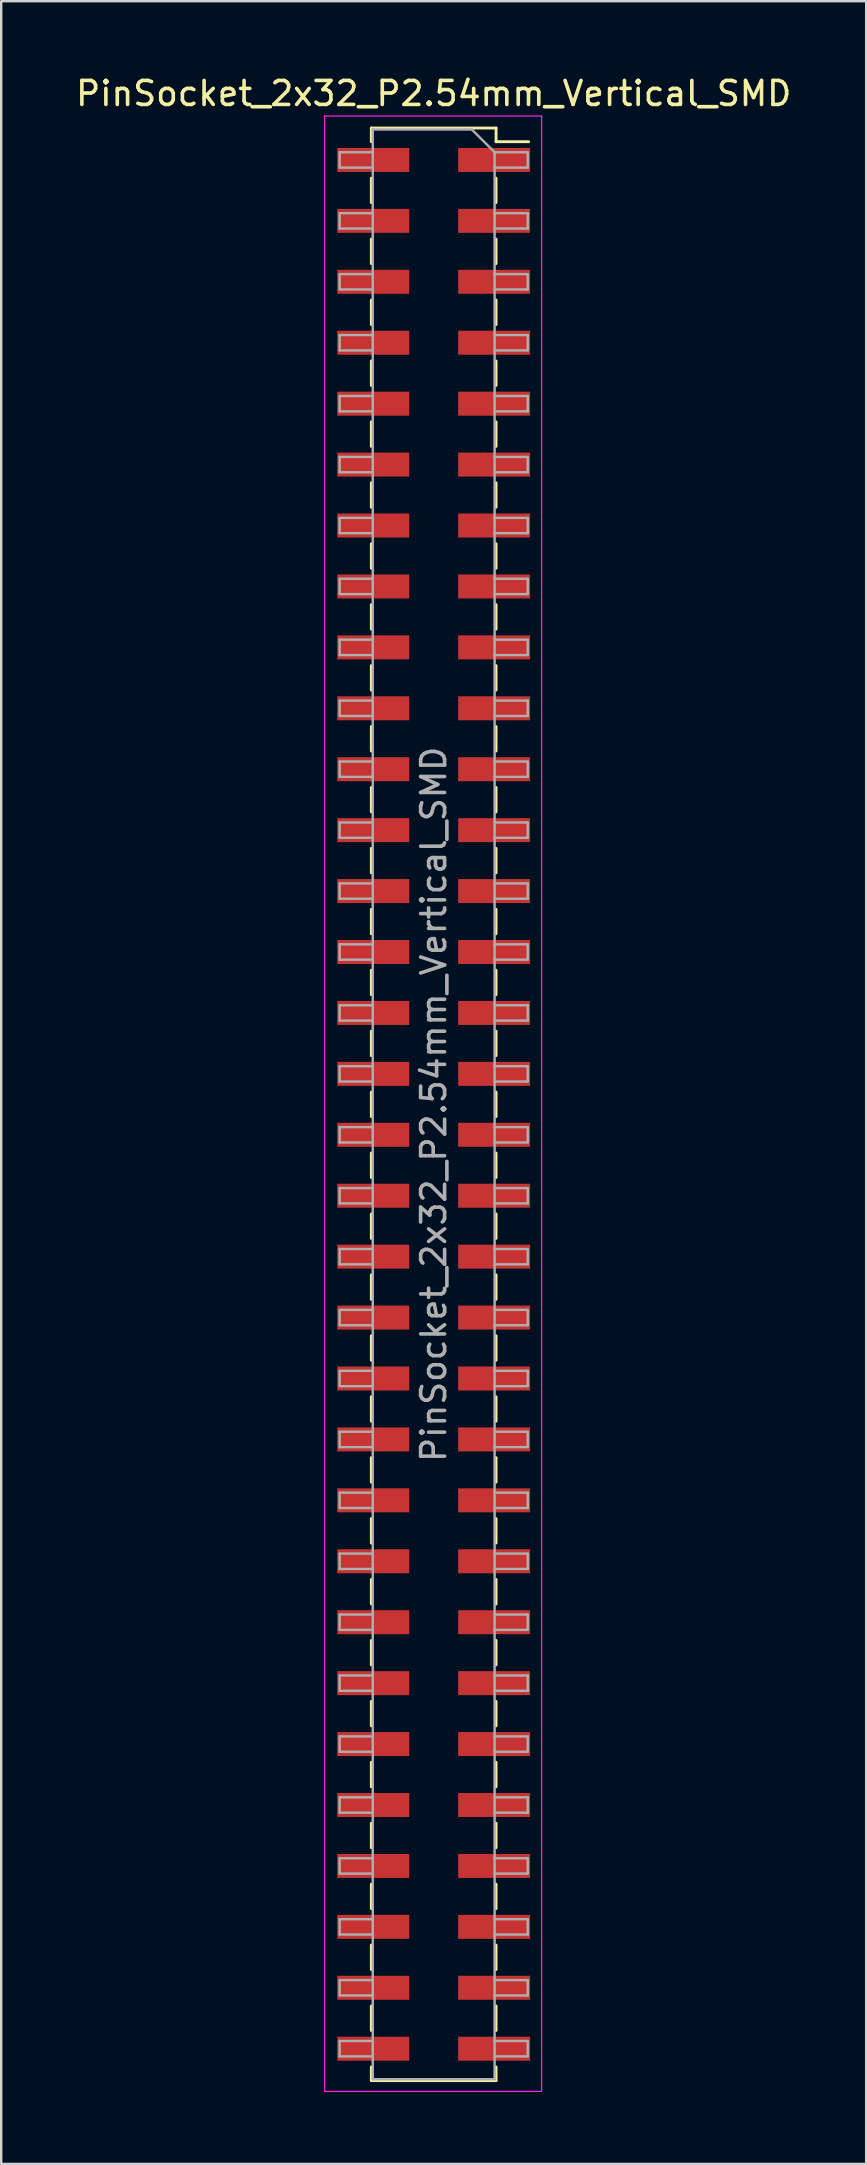
<source format=kicad_pcb>
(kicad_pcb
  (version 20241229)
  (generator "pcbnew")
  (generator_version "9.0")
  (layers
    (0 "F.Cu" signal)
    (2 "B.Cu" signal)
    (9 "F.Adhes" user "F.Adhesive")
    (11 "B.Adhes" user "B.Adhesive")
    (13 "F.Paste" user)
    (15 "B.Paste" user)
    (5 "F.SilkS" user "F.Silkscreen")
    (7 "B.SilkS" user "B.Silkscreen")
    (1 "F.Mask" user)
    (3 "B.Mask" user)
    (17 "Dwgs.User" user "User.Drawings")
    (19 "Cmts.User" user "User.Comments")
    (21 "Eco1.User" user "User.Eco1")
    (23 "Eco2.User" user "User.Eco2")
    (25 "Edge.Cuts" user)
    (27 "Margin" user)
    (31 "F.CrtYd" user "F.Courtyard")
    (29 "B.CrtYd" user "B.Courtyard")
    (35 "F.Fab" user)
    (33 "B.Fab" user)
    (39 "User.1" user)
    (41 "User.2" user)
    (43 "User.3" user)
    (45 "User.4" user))
  (footprint "PinSocket_2x32_P2.54mm_Vertical_SMD"
    (layer "F.Cu")
    (at 15.03 42.988)
    (property "Reference" "PinSocket_2x32_P2.54mm_Vertical_SMD" (at 0 -42.14 0) (layer "F.SilkS") (effects (font (size 1 1) (thickness 0.15))))
    (attr smd)
    (fp_line (start -2.6 -40.7) (end -2.6 -40.13) (stroke (width 0.12) (type solid)) (layer "F.SilkS"))
    (fp_line (start -2.6 -40.7) (end 2.6 -40.7) (stroke (width 0.12) (type solid)) (layer "F.SilkS"))
    (fp_line (start -2.6 -38.61) (end -2.6 -37.59) (stroke (width 0.12) (type solid)) (layer "F.SilkS"))
    (fp_line (start -2.6 -36.07) (end -2.6 -35.05) (stroke (width 0.12) (type solid)) (layer "F.SilkS"))
    (fp_line (start -2.6 -33.53) (end -2.6 -32.51) (stroke (width 0.12) (type solid)) (layer "F.SilkS"))
    (fp_line (start -2.6 -30.99) (end -2.6 -29.97) (stroke (width 0.12) (type solid)) (layer "F.SilkS"))
    (fp_line (start -2.6 -28.45) (end -2.6 -27.43) (stroke (width 0.12) (type solid)) (layer "F.SilkS"))
    (fp_line (start -2.6 -25.91) (end -2.6 -24.89) (stroke (width 0.12) (type solid)) (layer "F.SilkS"))
    (fp_line (start -2.6 -23.37) (end -2.6 -22.35) (stroke (width 0.12) (type solid)) (layer "F.SilkS"))
    (fp_line (start -2.6 -20.83) (end -2.6 -19.81) (stroke (width 0.12) (type solid)) (layer "F.SilkS"))
    (fp_line (start -2.6 -18.29) (end -2.6 -17.27) (stroke (width 0.12) (type solid)) (layer "F.SilkS"))
    (fp_line (start -2.6 -15.75) (end -2.6 -14.73) (stroke (width 0.12) (type solid)) (layer "F.SilkS"))
    (fp_line (start -2.6 -13.21) (end -2.6 -12.19) (stroke (width 0.12) (type solid)) (layer "F.SilkS"))
    (fp_line (start -2.6 -10.67) (end -2.6 -9.65) (stroke (width 0.12) (type solid)) (layer "F.SilkS"))
    (fp_line (start -2.6 -8.13) (end -2.6 -7.11) (stroke (width 0.12) (type solid)) (layer "F.SilkS"))
    (fp_line (start -2.6 -5.59) (end -2.6 -4.57) (stroke (width 0.12) (type solid)) (layer "F.SilkS"))
    (fp_line (start -2.6 -3.05) (end -2.6 -2.03) (stroke (width 0.12) (type solid)) (layer "F.SilkS"))
    (fp_line (start -2.6 -0.51) (end -2.6 0.51) (stroke (width 0.12) (type solid)) (layer "F.SilkS"))
    (fp_line (start -2.6 2.03) (end -2.6 3.05) (stroke (width 0.12) (type solid)) (layer "F.SilkS"))
    (fp_line (start -2.6 4.57) (end -2.6 5.59) (stroke (width 0.12) (type solid)) (layer "F.SilkS"))
    (fp_line (start -2.6 7.11) (end -2.6 8.13) (stroke (width 0.12) (type solid)) (layer "F.SilkS"))
    (fp_line (start -2.6 9.65) (end -2.6 10.67) (stroke (width 0.12) (type solid)) (layer "F.SilkS"))
    (fp_line (start -2.6 12.19) (end -2.6 13.21) (stroke (width 0.12) (type solid)) (layer "F.SilkS"))
    (fp_line (start -2.6 14.73) (end -2.6 15.75) (stroke (width 0.12) (type solid)) (layer "F.SilkS"))
    (fp_line (start -2.6 17.27) (end -2.6 18.29) (stroke (width 0.12) (type solid)) (layer "F.SilkS"))
    (fp_line (start -2.6 19.81) (end -2.6 20.83) (stroke (width 0.12) (type solid)) (layer "F.SilkS"))
    (fp_line (start -2.6 22.35) (end -2.6 23.37) (stroke (width 0.12) (type solid)) (layer "F.SilkS"))
    (fp_line (start -2.6 24.89) (end -2.6 25.91) (stroke (width 0.12) (type solid)) (layer "F.SilkS"))
    (fp_line (start -2.6 27.43) (end -2.6 28.45) (stroke (width 0.12) (type solid)) (layer "F.SilkS"))
    (fp_line (start -2.6 29.97) (end -2.6 30.99) (stroke (width 0.12) (type solid)) (layer "F.SilkS"))
    (fp_line (start -2.6 32.51) (end -2.6 33.53) (stroke (width 0.12) (type solid)) (layer "F.SilkS"))
    (fp_line (start -2.6 35.05) (end -2.6 36.07) (stroke (width 0.12) (type solid)) (layer "F.SilkS"))
    (fp_line (start -2.6 37.59) (end -2.6 38.61) (stroke (width 0.12) (type solid)) (layer "F.SilkS"))
    (fp_line (start -2.6 40.13) (end -2.6 40.7) (stroke (width 0.12) (type solid)) (layer "F.SilkS"))
    (fp_line (start -2.6 40.7) (end 2.6 40.7) (stroke (width 0.12) (type solid)) (layer "F.SilkS"))
    (fp_line (start 2.6 -40.7) (end 2.6 -40.13) (stroke (width 0.12) (type solid)) (layer "F.SilkS"))
    (fp_line (start 2.6 -40.13) (end 3.96 -40.13) (stroke (width 0.12) (type solid)) (layer "F.SilkS"))
    (fp_line (start 2.6 -38.61) (end 2.6 -37.59) (stroke (width 0.12) (type solid)) (layer "F.SilkS"))
    (fp_line (start 2.6 -36.07) (end 2.6 -35.05) (stroke (width 0.12) (type solid)) (layer "F.SilkS"))
    (fp_line (start 2.6 -33.53) (end 2.6 -32.51) (stroke (width 0.12) (type solid)) (layer "F.SilkS"))
    (fp_line (start 2.6 -30.99) (end 2.6 -29.97) (stroke (width 0.12) (type solid)) (layer "F.SilkS"))
    (fp_line (start 2.6 -28.45) (end 2.6 -27.43) (stroke (width 0.12) (type solid)) (layer "F.SilkS"))
    (fp_line (start 2.6 -25.91) (end 2.6 -24.89) (stroke (width 0.12) (type solid)) (layer "F.SilkS"))
    (fp_line (start 2.6 -23.37) (end 2.6 -22.35) (stroke (width 0.12) (type solid)) (layer "F.SilkS"))
    (fp_line (start 2.6 -20.83) (end 2.6 -19.81) (stroke (width 0.12) (type solid)) (layer "F.SilkS"))
    (fp_line (start 2.6 -18.29) (end 2.6 -17.27) (stroke (width 0.12) (type solid)) (layer "F.SilkS"))
    (fp_line (start 2.6 -15.75) (end 2.6 -14.73) (stroke (width 0.12) (type solid)) (layer "F.SilkS"))
    (fp_line (start 2.6 -13.21) (end 2.6 -12.19) (stroke (width 0.12) (type solid)) (layer "F.SilkS"))
    (fp_line (start 2.6 -10.67) (end 2.6 -9.65) (stroke (width 0.12) (type solid)) (layer "F.SilkS"))
    (fp_line (start 2.6 -8.13) (end 2.6 -7.11) (stroke (width 0.12) (type solid)) (layer "F.SilkS"))
    (fp_line (start 2.6 -5.59) (end 2.6 -4.57) (stroke (width 0.12) (type solid)) (layer "F.SilkS"))
    (fp_line (start 2.6 -3.05) (end 2.6 -2.03) (stroke (width 0.12) (type solid)) (layer "F.SilkS"))
    (fp_line (start 2.6 -0.51) (end 2.6 0.51) (stroke (width 0.12) (type solid)) (layer "F.SilkS"))
    (fp_line (start 2.6 2.03) (end 2.6 3.05) (stroke (width 0.12) (type solid)) (layer "F.SilkS"))
    (fp_line (start 2.6 4.57) (end 2.6 5.59) (stroke (width 0.12) (type solid)) (layer "F.SilkS"))
    (fp_line (start 2.6 7.11) (end 2.6 8.13) (stroke (width 0.12) (type solid)) (layer "F.SilkS"))
    (fp_line (start 2.6 9.65) (end 2.6 10.67) (stroke (width 0.12) (type solid)) (layer "F.SilkS"))
    (fp_line (start 2.6 12.19) (end 2.6 13.21) (stroke (width 0.12) (type solid)) (layer "F.SilkS"))
    (fp_line (start 2.6 14.73) (end 2.6 15.75) (stroke (width 0.12) (type solid)) (layer "F.SilkS"))
    (fp_line (start 2.6 17.27) (end 2.6 18.29) (stroke (width 0.12) (type solid)) (layer "F.SilkS"))
    (fp_line (start 2.6 19.81) (end 2.6 20.83) (stroke (width 0.12) (type solid)) (layer "F.SilkS"))
    (fp_line (start 2.6 22.35) (end 2.6 23.37) (stroke (width 0.12) (type solid)) (layer "F.SilkS"))
    (fp_line (start 2.6 24.89) (end 2.6 25.91) (stroke (width 0.12) (type solid)) (layer "F.SilkS"))
    (fp_line (start 2.6 27.43) (end 2.6 28.45) (stroke (width 0.12) (type solid)) (layer "F.SilkS"))
    (fp_line (start 2.6 29.97) (end 2.6 30.99) (stroke (width 0.12) (type solid)) (layer "F.SilkS"))
    (fp_line (start 2.6 32.51) (end 2.6 33.53) (stroke (width 0.12) (type solid)) (layer "F.SilkS"))
    (fp_line (start 2.6 35.05) (end 2.6 36.07) (stroke (width 0.12) (type solid)) (layer "F.SilkS"))
    (fp_line (start 2.6 37.59) (end 2.6 38.61) (stroke (width 0.12) (type solid)) (layer "F.SilkS"))
    (fp_line (start 2.6 40.13) (end 2.6 40.7) (stroke (width 0.12) (type solid)) (layer "F.SilkS"))
    (fp_line (start -4.55 -41.2) (end 4.5 -41.2) (stroke (width 0.05) (type solid)) (layer "F.CrtYd"))
    (fp_line (start -4.55 41.15) (end -4.55 -41.2) (stroke (width 0.05) (type solid)) (layer "F.CrtYd"))
    (fp_line (start 4.5 -41.2) (end 4.5 41.15) (stroke (width 0.05) (type solid)) (layer "F.CrtYd"))
    (fp_line (start 4.5 41.15) (end -4.55 41.15) (stroke (width 0.05) (type solid)) (layer "F.CrtYd"))
    (fp_line (start -3.92 -39.69) (end -2.54 -39.69) (stroke (width 0.1) (type solid)) (layer "F.Fab"))
    (fp_line (start -3.92 -39.05) (end -3.92 -39.69) (stroke (width 0.1) (type solid)) (layer "F.Fab"))
    (fp_line (start -3.92 -37.15) (end -2.54 -37.15) (stroke (width 0.1) (type solid)) (layer "F.Fab"))
    (fp_line (start -3.92 -36.51) (end -3.92 -37.15) (stroke (width 0.1) (type solid)) (layer "F.Fab"))
    (fp_line (start -3.92 -34.61) (end -2.54 -34.61) (stroke (width 0.1) (type solid)) (layer "F.Fab"))
    (fp_line (start -3.92 -33.97) (end -3.92 -34.61) (stroke (width 0.1) (type solid)) (layer "F.Fab"))
    (fp_line (start -3.92 -32.07) (end -2.54 -32.07) (stroke (width 0.1) (type solid)) (layer "F.Fab"))
    (fp_line (start -3.92 -31.43) (end -3.92 -32.07) (stroke (width 0.1) (type solid)) (layer "F.Fab"))
    (fp_line (start -3.92 -29.53) (end -2.54 -29.53) (stroke (width 0.1) (type solid)) (layer "F.Fab"))
    (fp_line (start -3.92 -28.89) (end -3.92 -29.53) (stroke (width 0.1) (type solid)) (layer "F.Fab"))
    (fp_line (start -3.92 -26.99) (end -2.54 -26.99) (stroke (width 0.1) (type solid)) (layer "F.Fab"))
    (fp_line (start -3.92 -26.35) (end -3.92 -26.99) (stroke (width 0.1) (type solid)) (layer "F.Fab"))
    (fp_line (start -3.92 -24.45) (end -2.54 -24.45) (stroke (width 0.1) (type solid)) (layer "F.Fab"))
    (fp_line (start -3.92 -23.81) (end -3.92 -24.45) (stroke (width 0.1) (type solid)) (layer "F.Fab"))
    (fp_line (start -3.92 -21.91) (end -2.54 -21.91) (stroke (width 0.1) (type solid)) (layer "F.Fab"))
    (fp_line (start -3.92 -21.27) (end -3.92 -21.91) (stroke (width 0.1) (type solid)) (layer "F.Fab"))
    (fp_line (start -3.92 -19.37) (end -2.54 -19.37) (stroke (width 0.1) (type solid)) (layer "F.Fab"))
    (fp_line (start -3.92 -18.73) (end -3.92 -19.37) (stroke (width 0.1) (type solid)) (layer "F.Fab"))
    (fp_line (start -3.92 -16.83) (end -2.54 -16.83) (stroke (width 0.1) (type solid)) (layer "F.Fab"))
    (fp_line (start -3.92 -16.19) (end -3.92 -16.83) (stroke (width 0.1) (type solid)) (layer "F.Fab"))
    (fp_line (start -3.92 -14.29) (end -2.54 -14.29) (stroke (width 0.1) (type solid)) (layer "F.Fab"))
    (fp_line (start -3.92 -13.65) (end -3.92 -14.29) (stroke (width 0.1) (type solid)) (layer "F.Fab"))
    (fp_line (start -3.92 -11.75) (end -2.54 -11.75) (stroke (width 0.1) (type solid)) (layer "F.Fab"))
    (fp_line (start -3.92 -11.11) (end -3.92 -11.75) (stroke (width 0.1) (type solid)) (layer "F.Fab"))
    (fp_line (start -3.92 -9.21) (end -2.54 -9.21) (stroke (width 0.1) (type solid)) (layer "F.Fab"))
    (fp_line (start -3.92 -8.57) (end -3.92 -9.21) (stroke (width 0.1) (type solid)) (layer "F.Fab"))
    (fp_line (start -3.92 -6.67) (end -2.54 -6.67) (stroke (width 0.1) (type solid)) (layer "F.Fab"))
    (fp_line (start -3.92 -6.03) (end -3.92 -6.67) (stroke (width 0.1) (type solid)) (layer "F.Fab"))
    (fp_line (start -3.92 -4.13) (end -2.54 -4.13) (stroke (width 0.1) (type solid)) (layer "F.Fab"))
    (fp_line (start -3.92 -3.49) (end -3.92 -4.13) (stroke (width 0.1) (type solid)) (layer "F.Fab"))
    (fp_line (start -3.92 -1.59) (end -2.54 -1.59) (stroke (width 0.1) (type solid)) (layer "F.Fab"))
    (fp_line (start -3.92 -0.95) (end -3.92 -1.59) (stroke (width 0.1) (type solid)) (layer "F.Fab"))
    (fp_line (start -3.92 0.95) (end -2.54 0.95) (stroke (width 0.1) (type solid)) (layer "F.Fab"))
    (fp_line (start -3.92 1.59) (end -3.92 0.95) (stroke (width 0.1) (type solid)) (layer "F.Fab"))
    (fp_line (start -3.92 3.49) (end -2.54 3.49) (stroke (width 0.1) (type solid)) (layer "F.Fab"))
    (fp_line (start -3.92 4.13) (end -3.92 3.49) (stroke (width 0.1) (type solid)) (layer "F.Fab"))
    (fp_line (start -3.92 6.03) (end -2.54 6.03) (stroke (width 0.1) (type solid)) (layer "F.Fab"))
    (fp_line (start -3.92 6.67) (end -3.92 6.03) (stroke (width 0.1) (type solid)) (layer "F.Fab"))
    (fp_line (start -3.92 8.57) (end -2.54 8.57) (stroke (width 0.1) (type solid)) (layer "F.Fab"))
    (fp_line (start -3.92 9.21) (end -3.92 8.57) (stroke (width 0.1) (type solid)) (layer "F.Fab"))
    (fp_line (start -3.92 11.11) (end -2.54 11.11) (stroke (width 0.1) (type solid)) (layer "F.Fab"))
    (fp_line (start -3.92 11.75) (end -3.92 11.11) (stroke (width 0.1) (type solid)) (layer "F.Fab"))
    (fp_line (start -3.92 13.65) (end -2.54 13.65) (stroke (width 0.1) (type solid)) (layer "F.Fab"))
    (fp_line (start -3.92 14.29) (end -3.92 13.65) (stroke (width 0.1) (type solid)) (layer "F.Fab"))
    (fp_line (start -3.92 16.19) (end -2.54 16.19) (stroke (width 0.1) (type solid)) (layer "F.Fab"))
    (fp_line (start -3.92 16.83) (end -3.92 16.19) (stroke (width 0.1) (type solid)) (layer "F.Fab"))
    (fp_line (start -3.92 18.73) (end -2.54 18.73) (stroke (width 0.1) (type solid)) (layer "F.Fab"))
    (fp_line (start -3.92 19.37) (end -3.92 18.73) (stroke (width 0.1) (type solid)) (layer "F.Fab"))
    (fp_line (start -3.92 21.27) (end -2.54 21.27) (stroke (width 0.1) (type solid)) (layer "F.Fab"))
    (fp_line (start -3.92 21.91) (end -3.92 21.27) (stroke (width 0.1) (type solid)) (layer "F.Fab"))
    (fp_line (start -3.92 23.81) (end -2.54 23.81) (stroke (width 0.1) (type solid)) (layer "F.Fab"))
    (fp_line (start -3.92 24.45) (end -3.92 23.81) (stroke (width 0.1) (type solid)) (layer "F.Fab"))
    (fp_line (start -3.92 26.35) (end -2.54 26.35) (stroke (width 0.1) (type solid)) (layer "F.Fab"))
    (fp_line (start -3.92 26.99) (end -3.92 26.35) (stroke (width 0.1) (type solid)) (layer "F.Fab"))
    (fp_line (start -3.92 28.89) (end -2.54 28.89) (stroke (width 0.1) (type solid)) (layer "F.Fab"))
    (fp_line (start -3.92 29.53) (end -3.92 28.89) (stroke (width 0.1) (type solid)) (layer "F.Fab"))
    (fp_line (start -3.92 31.43) (end -2.54 31.43) (stroke (width 0.1) (type solid)) (layer "F.Fab"))
    (fp_line (start -3.92 32.07) (end -3.92 31.43) (stroke (width 0.1) (type solid)) (layer "F.Fab"))
    (fp_line (start -3.92 33.97) (end -2.54 33.97) (stroke (width 0.1) (type solid)) (layer "F.Fab"))
    (fp_line (start -3.92 34.61) (end -3.92 33.97) (stroke (width 0.1) (type solid)) (layer "F.Fab"))
    (fp_line (start -3.92 36.51) (end -2.54 36.51) (stroke (width 0.1) (type solid)) (layer "F.Fab"))
    (fp_line (start -3.92 37.15) (end -3.92 36.51) (stroke (width 0.1) (type solid)) (layer "F.Fab"))
    (fp_line (start -3.92 39.05) (end -2.54 39.05) (stroke (width 0.1) (type solid)) (layer "F.Fab"))
    (fp_line (start -3.92 39.69) (end -3.92 39.05) (stroke (width 0.1) (type solid)) (layer "F.Fab"))
    (fp_line (start -2.54 -40.64) (end 1.59 -40.64) (stroke (width 0.1) (type solid)) (layer "F.Fab"))
    (fp_line (start -2.54 -39.05) (end -3.92 -39.05) (stroke (width 0.1) (type solid)) (layer "F.Fab"))
    (fp_line (start -2.54 -36.51) (end -3.92 -36.51) (stroke (width 0.1) (type solid)) (layer "F.Fab"))
    (fp_line (start -2.54 -33.97) (end -3.92 -33.97) (stroke (width 0.1) (type solid)) (layer "F.Fab"))
    (fp_line (start -2.54 -31.43) (end -3.92 -31.43) (stroke (width 0.1) (type solid)) (layer "F.Fab"))
    (fp_line (start -2.54 -28.89) (end -3.92 -28.89) (stroke (width 0.1) (type solid)) (layer "F.Fab"))
    (fp_line (start -2.54 -26.35) (end -3.92 -26.35) (stroke (width 0.1) (type solid)) (layer "F.Fab"))
    (fp_line (start -2.54 -23.81) (end -3.92 -23.81) (stroke (width 0.1) (type solid)) (layer "F.Fab"))
    (fp_line (start -2.54 -21.27) (end -3.92 -21.27) (stroke (width 0.1) (type solid)) (layer "F.Fab"))
    (fp_line (start -2.54 -18.73) (end -3.92 -18.73) (stroke (width 0.1) (type solid)) (layer "F.Fab"))
    (fp_line (start -2.54 -16.19) (end -3.92 -16.19) (stroke (width 0.1) (type solid)) (layer "F.Fab"))
    (fp_line (start -2.54 -13.65) (end -3.92 -13.65) (stroke (width 0.1) (type solid)) (layer "F.Fab"))
    (fp_line (start -2.54 -11.11) (end -3.92 -11.11) (stroke (width 0.1) (type solid)) (layer "F.Fab"))
    (fp_line (start -2.54 -8.57) (end -3.92 -8.57) (stroke (width 0.1) (type solid)) (layer "F.Fab"))
    (fp_line (start -2.54 -6.03) (end -3.92 -6.03) (stroke (width 0.1) (type solid)) (layer "F.Fab"))
    (fp_line (start -2.54 -3.49) (end -3.92 -3.49) (stroke (width 0.1) (type solid)) (layer "F.Fab"))
    (fp_line (start -2.54 -0.95) (end -3.92 -0.95) (stroke (width 0.1) (type solid)) (layer "F.Fab"))
    (fp_line (start -2.54 1.59) (end -3.92 1.59) (stroke (width 0.1) (type solid)) (layer "F.Fab"))
    (fp_line (start -2.54 4.13) (end -3.92 4.13) (stroke (width 0.1) (type solid)) (layer "F.Fab"))
    (fp_line (start -2.54 6.67) (end -3.92 6.67) (stroke (width 0.1) (type solid)) (layer "F.Fab"))
    (fp_line (start -2.54 9.21) (end -3.92 9.21) (stroke (width 0.1) (type solid)) (layer "F.Fab"))
    (fp_line (start -2.54 11.75) (end -3.92 11.75) (stroke (width 0.1) (type solid)) (layer "F.Fab"))
    (fp_line (start -2.54 14.29) (end -3.92 14.29) (stroke (width 0.1) (type solid)) (layer "F.Fab"))
    (fp_line (start -2.54 16.83) (end -3.92 16.83) (stroke (width 0.1) (type solid)) (layer "F.Fab"))
    (fp_line (start -2.54 19.37) (end -3.92 19.37) (stroke (width 0.1) (type solid)) (layer "F.Fab"))
    (fp_line (start -2.54 21.91) (end -3.92 21.91) (stroke (width 0.1) (type solid)) (layer "F.Fab"))
    (fp_line (start -2.54 24.45) (end -3.92 24.45) (stroke (width 0.1) (type solid)) (layer "F.Fab"))
    (fp_line (start -2.54 26.99) (end -3.92 26.99) (stroke (width 0.1) (type solid)) (layer "F.Fab"))
    (fp_line (start -2.54 29.53) (end -3.92 29.53) (stroke (width 0.1) (type solid)) (layer "F.Fab"))
    (fp_line (start -2.54 32.07) (end -3.92 32.07) (stroke (width 0.1) (type solid)) (layer "F.Fab"))
    (fp_line (start -2.54 34.61) (end -3.92 34.61) (stroke (width 0.1) (type solid)) (layer "F.Fab"))
    (fp_line (start -2.54 37.15) (end -3.92 37.15) (stroke (width 0.1) (type solid)) (layer "F.Fab"))
    (fp_line (start -2.54 39.69) (end -3.92 39.69) (stroke (width 0.1) (type solid)) (layer "F.Fab"))
    (fp_line (start -2.54 40.64) (end -2.54 -40.64) (stroke (width 0.1) (type solid)) (layer "F.Fab"))
    (fp_line (start 1.59 -40.64) (end 2.54 -39.69) (stroke (width 0.1) (type solid)) (layer "F.Fab"))
    (fp_line (start 2.54 -39.69) (end 2.54 40.64) (stroke (width 0.1) (type solid)) (layer "F.Fab"))
    (fp_line (start 2.54 -39.69) (end 3.92 -39.69) (stroke (width 0.1) (type solid)) (layer "F.Fab"))
    (fp_line (start 2.54 -37.15) (end 3.92 -37.15) (stroke (width 0.1) (type solid)) (layer "F.Fab"))
    (fp_line (start 2.54 -34.61) (end 3.92 -34.61) (stroke (width 0.1) (type solid)) (layer "F.Fab"))
    (fp_line (start 2.54 -32.07) (end 3.92 -32.07) (stroke (width 0.1) (type solid)) (layer "F.Fab"))
    (fp_line (start 2.54 -29.53) (end 3.92 -29.53) (stroke (width 0.1) (type solid)) (layer "F.Fab"))
    (fp_line (start 2.54 -26.99) (end 3.92 -26.99) (stroke (width 0.1) (type solid)) (layer "F.Fab"))
    (fp_line (start 2.54 -24.45) (end 3.92 -24.45) (stroke (width 0.1) (type solid)) (layer "F.Fab"))
    (fp_line (start 2.54 -21.91) (end 3.92 -21.91) (stroke (width 0.1) (type solid)) (layer "F.Fab"))
    (fp_line (start 2.54 -19.37) (end 3.92 -19.37) (stroke (width 0.1) (type solid)) (layer "F.Fab"))
    (fp_line (start 2.54 -16.83) (end 3.92 -16.83) (stroke (width 0.1) (type solid)) (layer "F.Fab"))
    (fp_line (start 2.54 -14.29) (end 3.92 -14.29) (stroke (width 0.1) (type solid)) (layer "F.Fab"))
    (fp_line (start 2.54 -11.75) (end 3.92 -11.75) (stroke (width 0.1) (type solid)) (layer "F.Fab"))
    (fp_line (start 2.54 -9.21) (end 3.92 -9.21) (stroke (width 0.1) (type solid)) (layer "F.Fab"))
    (fp_line (start 2.54 -6.67) (end 3.92 -6.67) (stroke (width 0.1) (type solid)) (layer "F.Fab"))
    (fp_line (start 2.54 -4.13) (end 3.92 -4.13) (stroke (width 0.1) (type solid)) (layer "F.Fab"))
    (fp_line (start 2.54 -1.59) (end 3.92 -1.59) (stroke (width 0.1) (type solid)) (layer "F.Fab"))
    (fp_line (start 2.54 0.95) (end 3.92 0.95) (stroke (width 0.1) (type solid)) (layer "F.Fab"))
    (fp_line (start 2.54 3.49) (end 3.92 3.49) (stroke (width 0.1) (type solid)) (layer "F.Fab"))
    (fp_line (start 2.54 6.03) (end 3.92 6.03) (stroke (width 0.1) (type solid)) (layer "F.Fab"))
    (fp_line (start 2.54 8.57) (end 3.92 8.57) (stroke (width 0.1) (type solid)) (layer "F.Fab"))
    (fp_line (start 2.54 11.11) (end 3.92 11.11) (stroke (width 0.1) (type solid)) (layer "F.Fab"))
    (fp_line (start 2.54 13.65) (end 3.92 13.65) (stroke (width 0.1) (type solid)) (layer "F.Fab"))
    (fp_line (start 2.54 16.19) (end 3.92 16.19) (stroke (width 0.1) (type solid)) (layer "F.Fab"))
    (fp_line (start 2.54 18.73) (end 3.92 18.73) (stroke (width 0.1) (type solid)) (layer "F.Fab"))
    (fp_line (start 2.54 21.27) (end 3.92 21.27) (stroke (width 0.1) (type solid)) (layer "F.Fab"))
    (fp_line (start 2.54 23.81) (end 3.92 23.81) (stroke (width 0.1) (type solid)) (layer "F.Fab"))
    (fp_line (start 2.54 26.35) (end 3.92 26.35) (stroke (width 0.1) (type solid)) (layer "F.Fab"))
    (fp_line (start 2.54 28.89) (end 3.92 28.89) (stroke (width 0.1) (type solid)) (layer "F.Fab"))
    (fp_line (start 2.54 31.43) (end 3.92 31.43) (stroke (width 0.1) (type solid)) (layer "F.Fab"))
    (fp_line (start 2.54 33.97) (end 3.92 33.97) (stroke (width 0.1) (type solid)) (layer "F.Fab"))
    (fp_line (start 2.54 36.51) (end 3.92 36.51) (stroke (width 0.1) (type solid)) (layer "F.Fab"))
    (fp_line (start 2.54 39.05) (end 3.92 39.05) (stroke (width 0.1) (type solid)) (layer "F.Fab"))
    (fp_line (start 2.54 40.64) (end -2.54 40.64) (stroke (width 0.1) (type solid)) (layer "F.Fab"))
    (fp_line (start 3.92 -39.69) (end 3.92 -39.05) (stroke (width 0.1) (type solid)) (layer "F.Fab"))
    (fp_line (start 3.92 -39.05) (end 2.54 -39.05) (stroke (width 0.1) (type solid)) (layer "F.Fab"))
    (fp_line (start 3.92 -37.15) (end 3.92 -36.51) (stroke (width 0.1) (type solid)) (layer "F.Fab"))
    (fp_line (start 3.92 -36.51) (end 2.54 -36.51) (stroke (width 0.1) (type solid)) (layer "F.Fab"))
    (fp_line (start 3.92 -34.61) (end 3.92 -33.97) (stroke (width 0.1) (type solid)) (layer "F.Fab"))
    (fp_line (start 3.92 -33.97) (end 2.54 -33.97) (stroke (width 0.1) (type solid)) (layer "F.Fab"))
    (fp_line (start 3.92 -32.07) (end 3.92 -31.43) (stroke (width 0.1) (type solid)) (layer "F.Fab"))
    (fp_line (start 3.92 -31.43) (end 2.54 -31.43) (stroke (width 0.1) (type solid)) (layer "F.Fab"))
    (fp_line (start 3.92 -29.53) (end 3.92 -28.89) (stroke (width 0.1) (type solid)) (layer "F.Fab"))
    (fp_line (start 3.92 -28.89) (end 2.54 -28.89) (stroke (width 0.1) (type solid)) (layer "F.Fab"))
    (fp_line (start 3.92 -26.99) (end 3.92 -26.35) (stroke (width 0.1) (type solid)) (layer "F.Fab"))
    (fp_line (start 3.92 -26.35) (end 2.54 -26.35) (stroke (width 0.1) (type solid)) (layer "F.Fab"))
    (fp_line (start 3.92 -24.45) (end 3.92 -23.81) (stroke (width 0.1) (type solid)) (layer "F.Fab"))
    (fp_line (start 3.92 -23.81) (end 2.54 -23.81) (stroke (width 0.1) (type solid)) (layer "F.Fab"))
    (fp_line (start 3.92 -21.91) (end 3.92 -21.27) (stroke (width 0.1) (type solid)) (layer "F.Fab"))
    (fp_line (start 3.92 -21.27) (end 2.54 -21.27) (stroke (width 0.1) (type solid)) (layer "F.Fab"))
    (fp_line (start 3.92 -19.37) (end 3.92 -18.73) (stroke (width 0.1) (type solid)) (layer "F.Fab"))
    (fp_line (start 3.92 -18.73) (end 2.54 -18.73) (stroke (width 0.1) (type solid)) (layer "F.Fab"))
    (fp_line (start 3.92 -16.83) (end 3.92 -16.19) (stroke (width 0.1) (type solid)) (layer "F.Fab"))
    (fp_line (start 3.92 -16.19) (end 2.54 -16.19) (stroke (width 0.1) (type solid)) (layer "F.Fab"))
    (fp_line (start 3.92 -14.29) (end 3.92 -13.65) (stroke (width 0.1) (type solid)) (layer "F.Fab"))
    (fp_line (start 3.92 -13.65) (end 2.54 -13.65) (stroke (width 0.1) (type solid)) (layer "F.Fab"))
    (fp_line (start 3.92 -11.75) (end 3.92 -11.11) (stroke (width 0.1) (type solid)) (layer "F.Fab"))
    (fp_line (start 3.92 -11.11) (end 2.54 -11.11) (stroke (width 0.1) (type solid)) (layer "F.Fab"))
    (fp_line (start 3.92 -9.21) (end 3.92 -8.57) (stroke (width 0.1) (type solid)) (layer "F.Fab"))
    (fp_line (start 3.92 -8.57) (end 2.54 -8.57) (stroke (width 0.1) (type solid)) (layer "F.Fab"))
    (fp_line (start 3.92 -6.67) (end 3.92 -6.03) (stroke (width 0.1) (type solid)) (layer "F.Fab"))
    (fp_line (start 3.92 -6.03) (end 2.54 -6.03) (stroke (width 0.1) (type solid)) (layer "F.Fab"))
    (fp_line (start 3.92 -4.13) (end 3.92 -3.49) (stroke (width 0.1) (type solid)) (layer "F.Fab"))
    (fp_line (start 3.92 -3.49) (end 2.54 -3.49) (stroke (width 0.1) (type solid)) (layer "F.Fab"))
    (fp_line (start 3.92 -1.59) (end 3.92 -0.95) (stroke (width 0.1) (type solid)) (layer "F.Fab"))
    (fp_line (start 3.92 -0.95) (end 2.54 -0.95) (stroke (width 0.1) (type solid)) (layer "F.Fab"))
    (fp_line (start 3.92 0.95) (end 3.92 1.59) (stroke (width 0.1) (type solid)) (layer "F.Fab"))
    (fp_line (start 3.92 1.59) (end 2.54 1.59) (stroke (width 0.1) (type solid)) (layer "F.Fab"))
    (fp_line (start 3.92 3.49) (end 3.92 4.13) (stroke (width 0.1) (type solid)) (layer "F.Fab"))
    (fp_line (start 3.92 4.13) (end 2.54 4.13) (stroke (width 0.1) (type solid)) (layer "F.Fab"))
    (fp_line (start 3.92 6.03) (end 3.92 6.67) (stroke (width 0.1) (type solid)) (layer "F.Fab"))
    (fp_line (start 3.92 6.67) (end 2.54 6.67) (stroke (width 0.1) (type solid)) (layer "F.Fab"))
    (fp_line (start 3.92 8.57) (end 3.92 9.21) (stroke (width 0.1) (type solid)) (layer "F.Fab"))
    (fp_line (start 3.92 9.21) (end 2.54 9.21) (stroke (width 0.1) (type solid)) (layer "F.Fab"))
    (fp_line (start 3.92 11.11) (end 3.92 11.75) (stroke (width 0.1) (type solid)) (layer "F.Fab"))
    (fp_line (start 3.92 11.75) (end 2.54 11.75) (stroke (width 0.1) (type solid)) (layer "F.Fab"))
    (fp_line (start 3.92 13.65) (end 3.92 14.29) (stroke (width 0.1) (type solid)) (layer "F.Fab"))
    (fp_line (start 3.92 14.29) (end 2.54 14.29) (stroke (width 0.1) (type solid)) (layer "F.Fab"))
    (fp_line (start 3.92 16.19) (end 3.92 16.83) (stroke (width 0.1) (type solid)) (layer "F.Fab"))
    (fp_line (start 3.92 16.83) (end 2.54 16.83) (stroke (width 0.1) (type solid)) (layer "F.Fab"))
    (fp_line (start 3.92 18.73) (end 3.92 19.37) (stroke (width 0.1) (type solid)) (layer "F.Fab"))
    (fp_line (start 3.92 19.37) (end 2.54 19.37) (stroke (width 0.1) (type solid)) (layer "F.Fab"))
    (fp_line (start 3.92 21.27) (end 3.92 21.91) (stroke (width 0.1) (type solid)) (layer "F.Fab"))
    (fp_line (start 3.92 21.91) (end 2.54 21.91) (stroke (width 0.1) (type solid)) (layer "F.Fab"))
    (fp_line (start 3.92 23.81) (end 3.92 24.45) (stroke (width 0.1) (type solid)) (layer "F.Fab"))
    (fp_line (start 3.92 24.45) (end 2.54 24.45) (stroke (width 0.1) (type solid)) (layer "F.Fab"))
    (fp_line (start 3.92 26.35) (end 3.92 26.99) (stroke (width 0.1) (type solid)) (layer "F.Fab"))
    (fp_line (start 3.92 26.99) (end 2.54 26.99) (stroke (width 0.1) (type solid)) (layer "F.Fab"))
    (fp_line (start 3.92 28.89) (end 3.92 29.53) (stroke (width 0.1) (type solid)) (layer "F.Fab"))
    (fp_line (start 3.92 29.53) (end 2.54 29.53) (stroke (width 0.1) (type solid)) (layer "F.Fab"))
    (fp_line (start 3.92 31.43) (end 3.92 32.07) (stroke (width 0.1) (type solid)) (layer "F.Fab"))
    (fp_line (start 3.92 32.07) (end 2.54 32.07) (stroke (width 0.1) (type solid)) (layer "F.Fab"))
    (fp_line (start 3.92 33.97) (end 3.92 34.61) (stroke (width 0.1) (type solid)) (layer "F.Fab"))
    (fp_line (start 3.92 34.61) (end 2.54 34.61) (stroke (width 0.1) (type solid)) (layer "F.Fab"))
    (fp_line (start 3.92 36.51) (end 3.92 37.15) (stroke (width 0.1) (type solid)) (layer "F.Fab"))
    (fp_line (start 3.92 37.15) (end 2.54 37.15) (stroke (width 0.1) (type solid)) (layer "F.Fab"))
    (fp_line (start 3.92 39.05) (end 3.92 39.69) (stroke (width 0.1) (type solid)) (layer "F.Fab"))
    (fp_line (start 3.92 39.69) (end 2.54 39.69) (stroke (width 0.1) (type solid)) (layer "F.Fab"))
    (fp_text user "${REFERENCE}" (at 0 0 90) (layer "F.Fab") (effects (font (size 1 1) (thickness 0.15))))
    (pad "1" smd rect (at 2.52 -39.37) (size 3 1) (layers "F.Cu" "F.Mask" "F.Paste"))
    (pad "2" smd rect (at -2.52 -39.37) (size 3 1) (layers "F.Cu" "F.Mask" "F.Paste"))
    (pad "3" smd rect (at 2.52 -36.83) (size 3 1) (layers "F.Cu" "F.Mask" "F.Paste"))
    (pad "4" smd rect (at -2.52 -36.83) (size 3 1) (layers "F.Cu" "F.Mask" "F.Paste"))
    (pad "5" smd rect (at 2.52 -34.29) (size 3 1) (layers "F.Cu" "F.Mask" "F.Paste"))
    (pad "6" smd rect (at -2.52 -34.29) (size 3 1) (layers "F.Cu" "F.Mask" "F.Paste"))
    (pad "7" smd rect (at 2.52 -31.75) (size 3 1) (layers "F.Cu" "F.Mask" "F.Paste"))
    (pad "8" smd rect (at -2.52 -31.75) (size 3 1) (layers "F.Cu" "F.Mask" "F.Paste"))
    (pad "9" smd rect (at 2.52 -29.21) (size 3 1) (layers "F.Cu" "F.Mask" "F.Paste"))
    (pad "10" smd rect (at -2.52 -29.21) (size 3 1) (layers "F.Cu" "F.Mask" "F.Paste"))
    (pad "11" smd rect (at 2.52 -26.67) (size 3 1) (layers "F.Cu" "F.Mask" "F.Paste"))
    (pad "12" smd rect (at -2.52 -26.67) (size 3 1) (layers "F.Cu" "F.Mask" "F.Paste"))
    (pad "13" smd rect (at 2.52 -24.13) (size 3 1) (layers "F.Cu" "F.Mask" "F.Paste"))
    (pad "14" smd rect (at -2.52 -24.13) (size 3 1) (layers "F.Cu" "F.Mask" "F.Paste"))
    (pad "15" smd rect (at 2.52 -21.59) (size 3 1) (layers "F.Cu" "F.Mask" "F.Paste"))
    (pad "16" smd rect (at -2.52 -21.59) (size 3 1) (layers "F.Cu" "F.Mask" "F.Paste"))
    (pad "17" smd rect (at 2.52 -19.05) (size 3 1) (layers "F.Cu" "F.Mask" "F.Paste"))
    (pad "18" smd rect (at -2.52 -19.05) (size 3 1) (layers "F.Cu" "F.Mask" "F.Paste"))
    (pad "19" smd rect (at 2.52 -16.51) (size 3 1) (layers "F.Cu" "F.Mask" "F.Paste"))
    (pad "20" smd rect (at -2.52 -16.51) (size 3 1) (layers "F.Cu" "F.Mask" "F.Paste"))
    (pad "21" smd rect (at 2.52 -13.97) (size 3 1) (layers "F.Cu" "F.Mask" "F.Paste"))
    (pad "22" smd rect (at -2.52 -13.97) (size 3 1) (layers "F.Cu" "F.Mask" "F.Paste"))
    (pad "23" smd rect (at 2.52 -11.43) (size 3 1) (layers "F.Cu" "F.Mask" "F.Paste"))
    (pad "24" smd rect (at -2.52 -11.43) (size 3 1) (layers "F.Cu" "F.Mask" "F.Paste"))
    (pad "25" smd rect (at 2.52 -8.89) (size 3 1) (layers "F.Cu" "F.Mask" "F.Paste"))
    (pad "26" smd rect (at -2.52 -8.89) (size 3 1) (layers "F.Cu" "F.Mask" "F.Paste"))
    (pad "27" smd rect (at 2.52 -6.35) (size 3 1) (layers "F.Cu" "F.Mask" "F.Paste"))
    (pad "28" smd rect (at -2.52 -6.35) (size 3 1) (layers "F.Cu" "F.Mask" "F.Paste"))
    (pad "29" smd rect (at 2.52 -3.81) (size 3 1) (layers "F.Cu" "F.Mask" "F.Paste"))
    (pad "30" smd rect (at -2.52 -3.81) (size 3 1) (layers "F.Cu" "F.Mask" "F.Paste"))
    (pad "31" smd rect (at 2.52 -1.27) (size 3 1) (layers "F.Cu" "F.Mask" "F.Paste"))
    (pad "32" smd rect (at -2.52 -1.27) (size 3 1) (layers "F.Cu" "F.Mask" "F.Paste"))
    (pad "33" smd rect (at 2.52 1.27) (size 3 1) (layers "F.Cu" "F.Mask" "F.Paste"))
    (pad "34" smd rect (at -2.52 1.27) (size 3 1) (layers "F.Cu" "F.Mask" "F.Paste"))
    (pad "35" smd rect (at 2.52 3.81) (size 3 1) (layers "F.Cu" "F.Mask" "F.Paste"))
    (pad "36" smd rect (at -2.52 3.81) (size 3 1) (layers "F.Cu" "F.Mask" "F.Paste"))
    (pad "37" smd rect (at 2.52 6.35) (size 3 1) (layers "F.Cu" "F.Mask" "F.Paste"))
    (pad "38" smd rect (at -2.52 6.35) (size 3 1) (layers "F.Cu" "F.Mask" "F.Paste"))
    (pad "39" smd rect (at 2.52 8.89) (size 3 1) (layers "F.Cu" "F.Mask" "F.Paste"))
    (pad "40" smd rect (at -2.52 8.89) (size 3 1) (layers "F.Cu" "F.Mask" "F.Paste"))
    (pad "41" smd rect (at 2.52 11.43) (size 3 1) (layers "F.Cu" "F.Mask" "F.Paste"))
    (pad "42" smd rect (at -2.52 11.43) (size 3 1) (layers "F.Cu" "F.Mask" "F.Paste"))
    (pad "43" smd rect (at 2.52 13.97) (size 3 1) (layers "F.Cu" "F.Mask" "F.Paste"))
    (pad "44" smd rect (at -2.52 13.97) (size 3 1) (layers "F.Cu" "F.Mask" "F.Paste"))
    (pad "45" smd rect (at 2.52 16.51) (size 3 1) (layers "F.Cu" "F.Mask" "F.Paste"))
    (pad "46" smd rect (at -2.52 16.51) (size 3 1) (layers "F.Cu" "F.Mask" "F.Paste"))
    (pad "47" smd rect (at 2.52 19.05) (size 3 1) (layers "F.Cu" "F.Mask" "F.Paste"))
    (pad "48" smd rect (at -2.52 19.05) (size 3 1) (layers "F.Cu" "F.Mask" "F.Paste"))
    (pad "49" smd rect (at 2.52 21.59) (size 3 1) (layers "F.Cu" "F.Mask" "F.Paste"))
    (pad "50" smd rect (at -2.52 21.59) (size 3 1) (layers "F.Cu" "F.Mask" "F.Paste"))
    (pad "51" smd rect (at 2.52 24.13) (size 3 1) (layers "F.Cu" "F.Mask" "F.Paste"))
    (pad "52" smd rect (at -2.52 24.13) (size 3 1) (layers "F.Cu" "F.Mask" "F.Paste"))
    (pad "53" smd rect (at 2.52 26.67) (size 3 1) (layers "F.Cu" "F.Mask" "F.Paste"))
    (pad "54" smd rect (at -2.52 26.67) (size 3 1) (layers "F.Cu" "F.Mask" "F.Paste"))
    (pad "55" smd rect (at 2.52 29.21) (size 3 1) (layers "F.Cu" "F.Mask" "F.Paste"))
    (pad "56" smd rect (at -2.52 29.21) (size 3 1) (layers "F.Cu" "F.Mask" "F.Paste"))
    (pad "57" smd rect (at 2.52 31.75) (size 3 1) (layers "F.Cu" "F.Mask" "F.Paste"))
    (pad "58" smd rect (at -2.52 31.75) (size 3 1) (layers "F.Cu" "F.Mask" "F.Paste"))
    (pad "59" smd rect (at 2.52 34.29) (size 3 1) (layers "F.Cu" "F.Mask" "F.Paste"))
    (pad "60" smd rect (at -2.52 34.29) (size 3 1) (layers "F.Cu" "F.Mask" "F.Paste"))
    (pad "61" smd rect (at 2.52 36.83) (size 3 1) (layers "F.Cu" "F.Mask" "F.Paste"))
    (pad "62" smd rect (at -2.52 36.83) (size 3 1) (layers "F.Cu" "F.Mask" "F.Paste"))
    (pad "63" smd rect (at 2.52 39.37) (size 3 1) (layers "F.Cu" "F.Mask" "F.Paste"))
    (pad "64" smd rect (at -2.52 39.37) (size 3 1) (layers "F.Cu" "F.Mask" "F.Paste")))
  (gr_rect
    (start -3 -3)
    (end 33.06 87.163)
    (stroke (width 0.1) (type default))
    (fill no)
    (layer "Edge.Cuts")))
</source>
